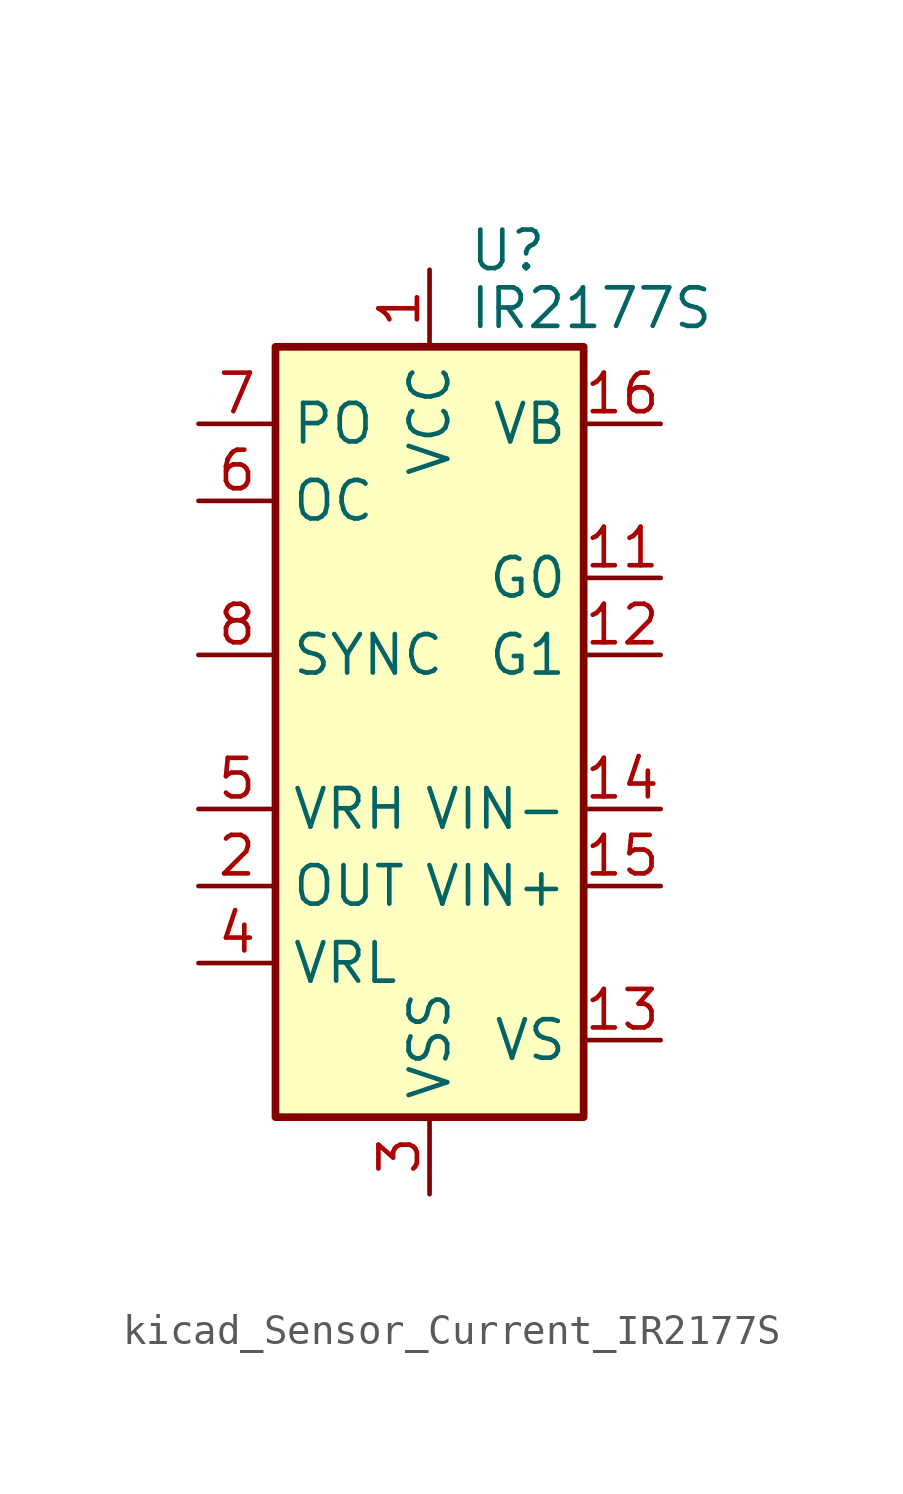
<source format=kicad_sym>
(kicad_symbol_lib
  (version 20220914)
  (generator kicad_symbol_editor)
  (symbol "kicad_Sensor_Current_IR2177S"
    (property "Reference" "U"
      (at 1.27 15.875 0)
      (effects (font (size 1.27 1.27)) (justify left)))
    (property "Value" "IR2177S"
      (at 1.27 13.97 0)
      (effects (font (size 1.27 1.27)) (justify left)))
    (symbol "kicad_Sensor_Current_IR2177S_0_1"
      (rectangle (start -5.08 -12.7) (end 5.08 12.7) (stroke (width 0.254) (type default)) (fill (type background))))
    (symbol "kicad_Sensor_Current_IR2177S_1_1"
      (pin power_in line (at 0 15.24 270) (length 2.54) (name "VCC" (effects (font (size 1.27 1.27)))) (number "1" (effects (font (size 1.27 1.27)))))
      (pin no_connect line (at -5.08 0 0) (length 2.54) hide (name "NC" (effects (font (size 1.27 1.27)))) (number "10" (effects (font (size 1.27 1.27)))))
      (pin input line (at 7.62 5.08 180) (length 2.54) (name "G0" (effects (font (size 1.27 1.27)))) (number "11" (effects (font (size 1.27 1.27)))))
      (pin input line (at 7.62 2.54 180) (length 2.54) (name "G1" (effects (font (size 1.27 1.27)))) (number "12" (effects (font (size 1.27 1.27)))))
      (pin passive line (at 7.62 -10.16 180) (length 2.54) (name "VS" (effects (font (size 1.27 1.27)))) (number "13" (effects (font (size 1.27 1.27)))))
      (pin passive line (at 7.62 -2.54 180) (length 2.54) (name "VIN-" (effects (font (size 1.27 1.27)))) (number "14" (effects (font (size 1.27 1.27)))))
      (pin passive line (at 7.62 -5.08 180) (length 2.54) (name "VIN+" (effects (font (size 1.27 1.27)))) (number "15" (effects (font (size 1.27 1.27)))))
      (pin passive line (at 7.62 10.16 180) (length 2.54) (name "VB" (effects (font (size 1.27 1.27)))) (number "16" (effects (font (size 1.27 1.27)))))
      (pin output line (at -7.62 -5.08 0) (length 2.54) (name "OUT" (effects (font (size 1.27 1.27)))) (number "2" (effects (font (size 1.27 1.27)))))
      (pin power_in line (at 0 -15.24 90) (length 2.54) (name "VSS" (effects (font (size 1.27 1.27)))) (number "3" (effects (font (size 1.27 1.27)))))
      (pin input line (at -7.62 -7.62 0) (length 2.54) (name "VRL" (effects (font (size 1.27 1.27)))) (number "4" (effects (font (size 1.27 1.27)))))
      (pin input line (at -7.62 -2.54 0) (length 2.54) (name "VRH" (effects (font (size 1.27 1.27)))) (number "5" (effects (font (size 1.27 1.27)))))
      (pin open_collector line (at -7.62 7.62 0) (length 2.54) (name "OC" (effects (font (size 1.27 1.27)))) (number "6" (effects (font (size 1.27 1.27)))))
      (pin open_collector line (at -7.62 10.16 0) (length 2.54) (name "PO" (effects (font (size 1.27 1.27)))) (number "7" (effects (font (size 1.27 1.27)))))
      (pin input line (at -7.62 2.54 0) (length 2.54) (name "SYNC" (effects (font (size 1.27 1.27)))) (number "8" (effects (font (size 1.27 1.27)))))
      (pin no_connect line (at -5.08 5.08 0) (length 2.54) hide (name "NC" (effects (font (size 1.27 1.27)))) (number "9" (effects (font (size 1.27 1.27))))))))
</source>
